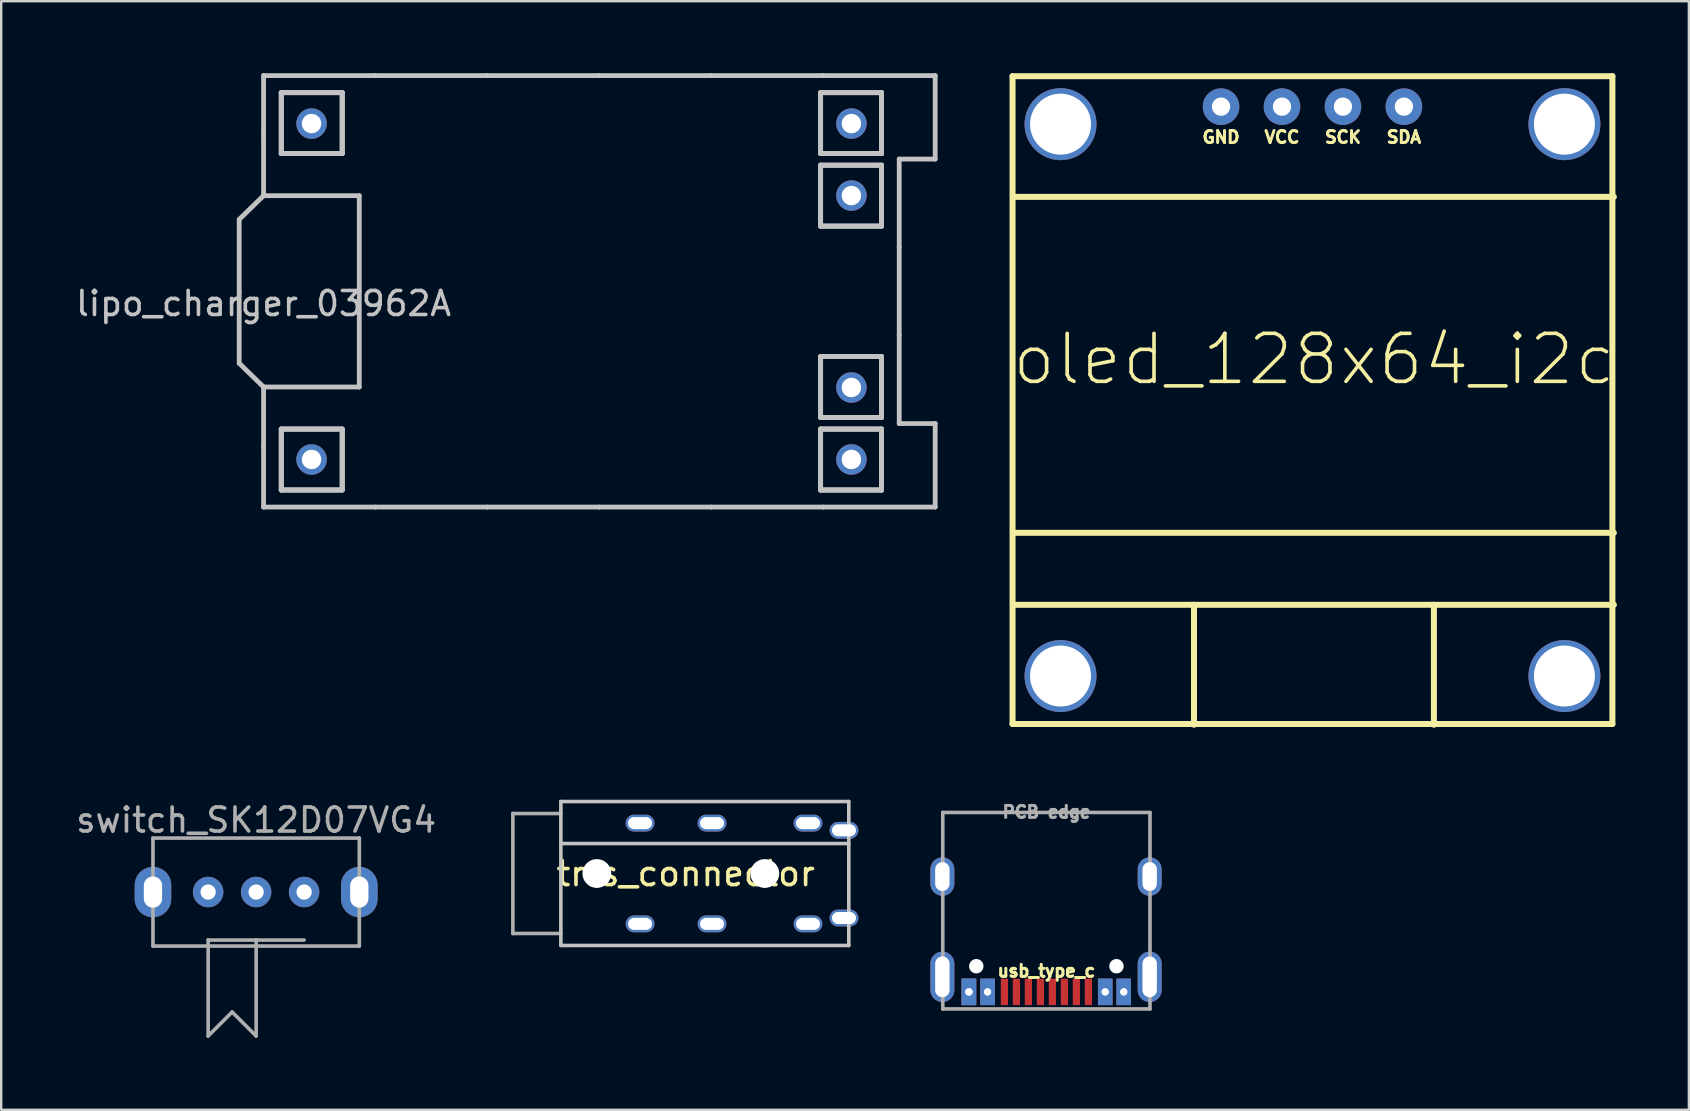
<source format=kicad_pcb>
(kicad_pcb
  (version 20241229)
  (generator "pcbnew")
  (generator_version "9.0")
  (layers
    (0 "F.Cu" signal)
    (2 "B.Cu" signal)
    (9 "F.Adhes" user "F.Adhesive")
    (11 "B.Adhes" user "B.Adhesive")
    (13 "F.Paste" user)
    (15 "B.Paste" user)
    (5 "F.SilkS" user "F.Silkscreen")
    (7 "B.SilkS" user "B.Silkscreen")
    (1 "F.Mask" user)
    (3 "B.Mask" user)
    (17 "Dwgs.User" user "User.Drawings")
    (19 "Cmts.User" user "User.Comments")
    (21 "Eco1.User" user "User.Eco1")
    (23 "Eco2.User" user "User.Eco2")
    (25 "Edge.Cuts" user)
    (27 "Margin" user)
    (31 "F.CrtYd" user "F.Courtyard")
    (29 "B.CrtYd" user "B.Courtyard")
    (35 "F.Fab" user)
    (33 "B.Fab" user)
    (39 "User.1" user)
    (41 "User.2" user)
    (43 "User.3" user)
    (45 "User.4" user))
  (footprint "switch_SK12D07VG4"
    (layer "F.Cu")
    (at 7.625 34.128)
    (property "Reference" "switch_SK12D07VG4" (at 0 -3 0) (layer "F.Fab") (effects (font (size 1 1) (thickness 0.15))))
    (attr through_hole)
    (fp_line (start -4.3 -2.25) (end -4.3 2.25) (stroke (width 0.15) (type solid)) (layer "F.Fab"))
    (fp_line (start -4.3 -2.25) (end 4.3 -2.25) (stroke (width 0.15) (type solid)) (layer "F.Fab"))
    (fp_line (start -4.3 2.25) (end 4.3 2.25) (stroke (width 0.15) (type solid)) (layer "F.Fab"))
    (fp_line (start -2 2) (end 0 2) (stroke (width 0.15) (type solid)) (layer "F.Fab"))
    (fp_line (start -2 6) (end -2 2) (stroke (width 0.15) (type solid)) (layer "F.Fab"))
    (fp_line (start -1 5) (end -2 6) (stroke (width 0.15) (type solid)) (layer "F.Fab"))
    (fp_line (start 0 2) (end 0 6) (stroke (width 0.15) (type solid)) (layer "F.Fab"))
    (fp_line (start 0 2) (end 2 2) (stroke (width 0.15) (type solid)) (layer "F.Fab"))
    (fp_line (start 0 6) (end -1 5) (stroke (width 0.15) (type solid)) (layer "F.Fab"))
    (fp_line (start 4.3 -2.25) (end 4.3 2.25) (stroke (width 0.15) (type solid)) (layer "F.Fab"))
    (pad "" thru_hole oval (at -4.3 0) (size 1.524 2.1) (drill oval 0.762 1.3) (layers "*.Cu" "*.Mask"))
    (pad "" thru_hole oval (at 4.3 0) (size 1.524 2.1) (drill oval 0.762 1.3) (layers "*.Cu" "*.Mask"))
    (pad "1" thru_hole circle (at -2 0) (size 1.27 1.27) (drill 0.635) (layers "*.Cu" "*.Mask"))
    (pad "2" thru_hole circle (at 0 0) (size 1.27 1.27) (drill 0.635) (layers "*.Cu" "*.Mask"))
    (pad "3" thru_hole circle (at 2 0) (size 1.27 1.27) (drill 0.635) (layers "*.Cu" "*.Mask")))
  (footprint "lipo_charger_03962A"
    (layer "F.Cu")
    (at 7.935 9.1)
    (property "Reference" "lipo_charger_03962A" (at 0 0.5 0) (layer "Dwgs.User") (effects (font (size 1 1) (thickness 0.15))))
    (attr through_hole)
    (fp_line (start -1.016 -3.006) (end 0 -3.996) (stroke (width 0.2) (type solid)) (layer "Dwgs.User"))
    (fp_line (start -1.016 -0.008) (end -1.016 -3.006) (stroke (width 0.2) (type solid)) (layer "Dwgs.User"))
    (fp_line (start -1.016 2.989) (end -1.016 -0.008) (stroke (width 0.2) (type solid)) (layer "Dwgs.User"))
    (fp_line (start 0 -9) (end 4.665 -9) (stroke (width 0.2) (type solid)) (layer "Dwgs.User"))
    (fp_line (start 0 -6.498) (end 0 -9) (stroke (width 0.2) (type solid)) (layer "Dwgs.User"))
    (fp_line (start 0 -3.996) (end 0 -6.498) (stroke (width 0.2) (type solid)) (layer "Dwgs.User"))
    (fp_line (start 0 -3.996) (end 3.988 -3.996) (stroke (width 0.2) (type solid)) (layer "Dwgs.User"))
    (fp_line (start 0 3.979) (end -1.016 2.989) (stroke (width 0.2) (type solid)) (layer "Dwgs.User"))
    (fp_line (start 0 6.481) (end 0 3.979) (stroke (width 0.2) (type solid)) (layer "Dwgs.User"))
    (fp_line (start 0 8.983) (end 0 6.481) (stroke (width 0.2) (type solid)) (layer "Dwgs.User"))
    (fp_line (start 0.737 -8.289) (end 3.277 -8.289) (stroke (width 0.2) (type solid)) (layer "Dwgs.User"))
    (fp_line (start 0.737 -8.289) (end 3.277 -8.289) (stroke (width 0.2) (type solid)) (layer "Dwgs.User"))
    (fp_line (start 0.737 -8.289) (end 3.277 -8.289) (stroke (width 0.2) (type solid)) (layer "Dwgs.User"))
    (fp_line (start 0.737 -5.749) (end 0.737 -8.289) (stroke (width 0.2) (type solid)) (layer "Dwgs.User"))
    (fp_line (start 0.737 -5.749) (end 0.737 -8.289) (stroke (width 0.2) (type solid)) (layer "Dwgs.User"))
    (fp_line (start 0.737 -5.749) (end 0.737 -8.289) (stroke (width 0.2) (type solid)) (layer "Dwgs.User"))
    (fp_line (start 0.737 5.732) (end 3.277 5.732) (stroke (width 0.2) (type solid)) (layer "Dwgs.User"))
    (fp_line (start 0.737 5.732) (end 3.277 5.732) (stroke (width 0.2) (type solid)) (layer "Dwgs.User"))
    (fp_line (start 0.737 5.732) (end 3.277 5.732) (stroke (width 0.2) (type solid)) (layer "Dwgs.User"))
    (fp_line (start 0.737 8.272) (end 0.737 5.732) (stroke (width 0.2) (type solid)) (layer "Dwgs.User"))
    (fp_line (start 0.737 8.272) (end 0.737 5.732) (stroke (width 0.2) (type solid)) (layer "Dwgs.User"))
    (fp_line (start 0.737 8.272) (end 0.737 5.732) (stroke (width 0.2) (type solid)) (layer "Dwgs.User"))
    (fp_line (start 3.277 -8.289) (end 3.277 -5.749) (stroke (width 0.2) (type solid)) (layer "Dwgs.User"))
    (fp_line (start 3.277 -8.289) (end 3.277 -5.749) (stroke (width 0.2) (type solid)) (layer "Dwgs.User"))
    (fp_line (start 3.277 -8.289) (end 3.277 -5.749) (stroke (width 0.2) (type solid)) (layer "Dwgs.User"))
    (fp_line (start 3.277 -5.749) (end 0.737 -5.749) (stroke (width 0.2) (type solid)) (layer "Dwgs.User"))
    (fp_line (start 3.277 -5.749) (end 0.737 -5.749) (stroke (width 0.2) (type solid)) (layer "Dwgs.User"))
    (fp_line (start 3.277 -5.749) (end 0.737 -5.749) (stroke (width 0.2) (type solid)) (layer "Dwgs.User"))
    (fp_line (start 3.277 5.732) (end 3.277 8.272) (stroke (width 0.2) (type solid)) (layer "Dwgs.User"))
    (fp_line (start 3.277 5.732) (end 3.277 8.272) (stroke (width 0.2) (type solid)) (layer "Dwgs.User"))
    (fp_line (start 3.277 5.732) (end 3.277 8.272) (stroke (width 0.2) (type solid)) (layer "Dwgs.User"))
    (fp_line (start 3.277 8.272) (end 0.737 8.272) (stroke (width 0.2) (type solid)) (layer "Dwgs.User"))
    (fp_line (start 3.277 8.272) (end 0.737 8.272) (stroke (width 0.2) (type solid)) (layer "Dwgs.User"))
    (fp_line (start 3.277 8.272) (end 0.737 8.272) (stroke (width 0.2) (type solid)) (layer "Dwgs.User"))
    (fp_line (start 3.988 -3.996) (end 3.988 -0.008) (stroke (width 0.2) (type solid)) (layer "Dwgs.User"))
    (fp_line (start 3.988 -0.008) (end 3.988 3.979) (stroke (width 0.2) (type solid)) (layer "Dwgs.User"))
    (fp_line (start 3.988 3.979) (end 0 3.979) (stroke (width 0.2) (type solid)) (layer "Dwgs.User"))
    (fp_line (start 4.665 -9) (end 9.33 -9) (stroke (width 0.2) (type solid)) (layer "Dwgs.User"))
    (fp_line (start 4.665 8.983) (end 0 8.983) (stroke (width 0.2) (type solid)) (layer "Dwgs.User"))
    (fp_line (start 9.33 -9) (end 13.995 -9) (stroke (width 0.2) (type solid)) (layer "Dwgs.User"))
    (fp_line (start 9.33 8.983) (end 4.665 8.983) (stroke (width 0.2) (type solid)) (layer "Dwgs.User"))
    (fp_line (start 13.995 -9) (end 18.661 -9) (stroke (width 0.2) (type solid)) (layer "Dwgs.User"))
    (fp_line (start 13.995 8.983) (end 9.33 8.983) (stroke (width 0.2) (type solid)) (layer "Dwgs.User"))
    (fp_line (start 18.661 -9) (end 23.326 -9) (stroke (width 0.2) (type solid)) (layer "Dwgs.User"))
    (fp_line (start 18.661 8.983) (end 13.995 8.983) (stroke (width 0.2) (type solid)) (layer "Dwgs.User"))
    (fp_line (start 23.216 -8.289) (end 25.756 -8.289) (stroke (width 0.2) (type solid)) (layer "Dwgs.User"))
    (fp_line (start 23.216 -8.289) (end 25.756 -8.289) (stroke (width 0.2) (type solid)) (layer "Dwgs.User"))
    (fp_line (start 23.216 -8.289) (end 25.756 -8.289) (stroke (width 0.2) (type solid)) (layer "Dwgs.User"))
    (fp_line (start 23.216 -5.749) (end 23.216 -8.289) (stroke (width 0.2) (type solid)) (layer "Dwgs.User"))
    (fp_line (start 23.216 -5.749) (end 23.216 -8.289) (stroke (width 0.2) (type solid)) (layer "Dwgs.User"))
    (fp_line (start 23.216 -5.749) (end 23.216 -8.289) (stroke (width 0.2) (type solid)) (layer "Dwgs.User"))
    (fp_line (start 23.216 -5.266) (end 25.756 -5.266) (stroke (width 0.2) (type solid)) (layer "Dwgs.User"))
    (fp_line (start 23.216 -5.266) (end 25.756 -5.266) (stroke (width 0.2) (type solid)) (layer "Dwgs.User"))
    (fp_line (start 23.216 -5.266) (end 25.756 -5.266) (stroke (width 0.2) (type solid)) (layer "Dwgs.User"))
    (fp_line (start 23.216 -2.726) (end 23.216 -5.266) (stroke (width 0.2) (type solid)) (layer "Dwgs.User"))
    (fp_line (start 23.216 -2.726) (end 23.216 -5.266) (stroke (width 0.2) (type solid)) (layer "Dwgs.User"))
    (fp_line (start 23.216 -2.726) (end 23.216 -5.266) (stroke (width 0.2) (type solid)) (layer "Dwgs.User"))
    (fp_line (start 23.216 2.709) (end 25.756 2.709) (stroke (width 0.2) (type solid)) (layer "Dwgs.User"))
    (fp_line (start 23.216 2.709) (end 25.756 2.709) (stroke (width 0.2) (type solid)) (layer "Dwgs.User"))
    (fp_line (start 23.216 2.709) (end 25.756 2.709) (stroke (width 0.2) (type solid)) (layer "Dwgs.User"))
    (fp_line (start 23.216 5.249) (end 23.216 2.709) (stroke (width 0.2) (type solid)) (layer "Dwgs.User"))
    (fp_line (start 23.216 5.249) (end 23.216 2.709) (stroke (width 0.2) (type solid)) (layer "Dwgs.User"))
    (fp_line (start 23.216 5.249) (end 23.216 2.709) (stroke (width 0.2) (type solid)) (layer "Dwgs.User"))
    (fp_line (start 23.216 5.732) (end 25.756 5.732) (stroke (width 0.2) (type solid)) (layer "Dwgs.User"))
    (fp_line (start 23.216 5.732) (end 25.756 5.732) (stroke (width 0.2) (type solid)) (layer "Dwgs.User"))
    (fp_line (start 23.216 5.732) (end 25.756 5.732) (stroke (width 0.2) (type solid)) (layer "Dwgs.User"))
    (fp_line (start 23.216 8.272) (end 23.216 5.732) (stroke (width 0.2) (type solid)) (layer "Dwgs.User"))
    (fp_line (start 23.216 8.272) (end 23.216 5.732) (stroke (width 0.2) (type solid)) (layer "Dwgs.User"))
    (fp_line (start 23.216 8.272) (end 23.216 5.732) (stroke (width 0.2) (type solid)) (layer "Dwgs.User"))
    (fp_line (start 23.326 -9) (end 27.991 -9) (stroke (width 0.2) (type solid)) (layer "Dwgs.User"))
    (fp_line (start 23.326 8.983) (end 18.661 8.983) (stroke (width 0.2) (type solid)) (layer "Dwgs.User"))
    (fp_line (start 25.756 -8.289) (end 25.756 -5.749) (stroke (width 0.2) (type solid)) (layer "Dwgs.User"))
    (fp_line (start 25.756 -8.289) (end 25.756 -5.749) (stroke (width 0.2) (type solid)) (layer "Dwgs.User"))
    (fp_line (start 25.756 -8.289) (end 25.756 -5.749) (stroke (width 0.2) (type solid)) (layer "Dwgs.User"))
    (fp_line (start 25.756 -5.749) (end 23.216 -5.749) (stroke (width 0.2) (type solid)) (layer "Dwgs.User"))
    (fp_line (start 25.756 -5.749) (end 23.216 -5.749) (stroke (width 0.2) (type solid)) (layer "Dwgs.User"))
    (fp_line (start 25.756 -5.749) (end 23.216 -5.749) (stroke (width 0.2) (type solid)) (layer "Dwgs.User"))
    (fp_line (start 25.756 -5.266) (end 25.756 -2.726) (stroke (width 0.2) (type solid)) (layer "Dwgs.User"))
    (fp_line (start 25.756 -5.266) (end 25.756 -2.726) (stroke (width 0.2) (type solid)) (layer "Dwgs.User"))
    (fp_line (start 25.756 -5.266) (end 25.756 -2.726) (stroke (width 0.2) (type solid)) (layer "Dwgs.User"))
    (fp_line (start 25.756 -2.726) (end 23.216 -2.726) (stroke (width 0.2) (type solid)) (layer "Dwgs.User"))
    (fp_line (start 25.756 -2.726) (end 23.216 -2.726) (stroke (width 0.2) (type solid)) (layer "Dwgs.User"))
    (fp_line (start 25.756 -2.726) (end 23.216 -2.726) (stroke (width 0.2) (type solid)) (layer "Dwgs.User"))
    (fp_line (start 25.756 2.709) (end 25.756 5.249) (stroke (width 0.2) (type solid)) (layer "Dwgs.User"))
    (fp_line (start 25.756 2.709) (end 25.756 5.249) (stroke (width 0.2) (type solid)) (layer "Dwgs.User"))
    (fp_line (start 25.756 2.709) (end 25.756 5.249) (stroke (width 0.2) (type solid)) (layer "Dwgs.User"))
    (fp_line (start 25.756 5.249) (end 23.216 5.249) (stroke (width 0.2) (type solid)) (layer "Dwgs.User"))
    (fp_line (start 25.756 5.249) (end 23.216 5.249) (stroke (width 0.2) (type solid)) (layer "Dwgs.User"))
    (fp_line (start 25.756 5.249) (end 23.216 5.249) (stroke (width 0.2) (type solid)) (layer "Dwgs.User"))
    (fp_line (start 25.756 5.732) (end 25.756 8.272) (stroke (width 0.2) (type solid)) (layer "Dwgs.User"))
    (fp_line (start 25.756 5.732) (end 25.756 8.272) (stroke (width 0.2) (type solid)) (layer "Dwgs.User"))
    (fp_line (start 25.756 5.732) (end 25.756 8.272) (stroke (width 0.2) (type solid)) (layer "Dwgs.User"))
    (fp_line (start 25.756 8.272) (end 23.216 8.272) (stroke (width 0.2) (type solid)) (layer "Dwgs.User"))
    (fp_line (start 25.756 8.272) (end 23.216 8.272) (stroke (width 0.2) (type solid)) (layer "Dwgs.User"))
    (fp_line (start 25.756 8.272) (end 23.216 8.272) (stroke (width 0.2) (type solid)) (layer "Dwgs.User"))
    (fp_line (start 26.492 -5.52) (end 26.492 -1.846) (stroke (width 0.2) (type solid)) (layer "Dwgs.User"))
    (fp_line (start 26.492 -1.846) (end 26.492 1.829) (stroke (width 0.2) (type solid)) (layer "Dwgs.User"))
    (fp_line (start 26.492 1.829) (end 26.492 5.503) (stroke (width 0.2) (type solid)) (layer "Dwgs.User"))
    (fp_line (start 26.492 5.503) (end 27.991 5.503) (stroke (width 0.2) (type solid)) (layer "Dwgs.User"))
    (fp_line (start 27.991 -9) (end 27.991 -5.52) (stroke (width 0.2) (type solid)) (layer "Dwgs.User"))
    (fp_line (start 27.991 -5.52) (end 26.492 -5.52) (stroke (width 0.2) (type solid)) (layer "Dwgs.User"))
    (fp_line (start 27.991 5.503) (end 27.991 8.983) (stroke (width 0.2) (type solid)) (layer "Dwgs.User"))
    (fp_line (start 27.991 8.983) (end 23.326 8.983) (stroke (width 0.2) (type solid)) (layer "Dwgs.User"))
    (pad "1" thru_hole circle (at 2 -7) (size 1.27 1.27) (drill 0.81) (layers "*.Cu" "*.Mask"))
    (pad "2" thru_hole circle (at 2 7) (size 1.27 1.27) (drill 0.81) (layers "*.Cu" "*.Mask"))
    (pad "3" thru_hole circle (at 24.5 -7) (size 1.27 1.27) (drill 0.81) (layers "*.Cu" "*.Mask"))
    (pad "4" thru_hole circle (at 24.5 -4) (size 1.27 1.27) (drill 0.81) (layers "*.Cu" "*.Mask"))
    (pad "5" thru_hole circle (at 24.5 4) (size 1.27 1.27) (drill 0.81) (layers "*.Cu" "*.Mask"))
    (pad "6" thru_hole circle (at 24.5 7) (size 1.27 1.27) (drill 0.81) (layers "*.Cu" "*.Mask")))
  (footprint "trrs_connector"
    (layer "F.Cu")
    (at 20.326 33.355)
    (property "Reference" "trrs_connector" (at 5.2 0.005 180) (layer "F.SilkS") (effects (font (size 1 1) (thickness 0.15))))
    (attr through_hole)
    (fp_line (start -0.001 -3) (end 11.999 -3) (stroke (width 0.15) (type solid)) (layer "Dwgs.User"))
    (fp_line (start -0.001 -1.25) (end 11.999 -1.25) (stroke (width 0.15) (type solid)) (layer "Dwgs.User"))
    (fp_line (start -0.001 3) (end -0.001 -3) (stroke (width 0.15) (type solid)) (layer "Dwgs.User"))
    (fp_line (start 11.999 -3) (end 11.999 3) (stroke (width 0.15) (type solid)) (layer "Dwgs.User"))
    (fp_line (start 11.999 3) (end -0.001 3) (stroke (width 0.15) (type solid)) (layer "Dwgs.User"))
    (fp_line (start -2.001 -2.5) (end -2.001 2.5) (stroke (width 0.15) (type solid)) (layer "F.Fab"))
    (fp_line (start -2.001 2.5) (end -0.001 2.5) (stroke (width 0.15) (type solid)) (layer "F.Fab"))
    (fp_line (start -0.001 -2.5) (end -2.001 -2.5) (stroke (width 0.15) (type solid)) (layer "F.Fab"))
    (pad "" np_thru_hole circle (at 1.499 -0.000217 90) (size 1.2 1.2) (drill 1.2) (layers "*.Cu" "*.Mask"))
    (pad "" np_thru_hole circle (at 8.499 -0.000217 90) (size 1.2 1.2) (drill 1.2) (layers "*.Cu" "*.Mask"))
    (pad "A" thru_hole oval (at 11.799 -1.8 90) (size 0.7 1.2) (drill oval 0.5 1) (layers "*.Cu" "*.Mask"))
    (pad "A" thru_hole oval (at 11.799 1.855 90) (size 0.7 1.2) (drill oval 0.5 1) (layers "*.Cu" "*.Mask"))
    (pad "B" thru_hole oval (at 3.299 -2.1 90) (size 0.7 1.2) (drill oval 0.5 1) (layers "*.Cu" "*.Mask"))
    (pad "B" thru_hole oval (at 3.299 2.1 90) (size 0.7 1.2) (drill oval 0.5 1) (layers "*.Cu" "*.Mask"))
    (pad "C" thru_hole oval (at 6.299 -2.1 90) (size 0.7 1.2) (drill oval 0.5 1) (layers "*.Cu" "*.Mask"))
    (pad "C" thru_hole oval (at 6.299 2.1 90) (size 0.7 1.2) (drill oval 0.5 1) (layers "*.Cu" "*.Mask"))
    (pad "D" thru_hole oval (at 10.299 -2.1 90) (size 0.7 1.2) (drill oval 0.5 1) (layers "*.Cu" "*.Mask"))
    (pad "D" thru_hole oval (at 10.299 2.1 90) (size 0.7 1.2) (drill oval 0.5 1) (layers "*.Cu" "*.Mask")))
  (footprint "usb_type_c"
    (layer "F.Cu")
    (at 40.56 30.812)
    (property "Reference" "usb_type_c" (at 0 6.604 180) (layer "F.SilkS") (effects (font (size 0.5 0.5) (thickness 0.125))))
    (attr through_hole)
    (fp_line (start -4.318 0) (end -4.318 8.188) (stroke (width 0.15) (type solid)) (layer "F.Fab"))
    (fp_line (start 4.318 0) (end -4.318 0) (stroke (width 0.15) (type solid)) (layer "F.Fab"))
    (fp_line (start 4.318 0) (end 4.318 8.188) (stroke (width 0.15) (type solid)) (layer "F.Fab"))
    (fp_line (start 4.318 8.188) (end -4.318 8.188) (stroke (width 0.15) (type solid)) (layer "F.Fab"))
    (fp_text user "PCB edge" (at 0.007 -0.02 180) (layer "F.Fab") (effects (font (size 0.5 0.5) (thickness 0.125))))
    (pad "" thru_hole oval (at -4.335 2.67 180) (size 1 1.6) (drill oval 0.6 1.2) (layers "*.Cu" "*.Mask"))
    (pad "" np_thru_hole circle (at -2.921 6.407 180) (size 0.6 0.6) (drill oval 0.6) (layers "*.Cu" "*.Mask"))
    (pad "" np_thru_hole circle (at 2.921 6.407 180) (size 0.6 0.6) (drill oval 0.6) (layers "*.Cu" "*.Mask"))
    (pad "" thru_hole oval (at 4.305 2.67 180) (size 1 1.6) (drill oval 0.6 1.2) (layers "*.Cu" "*.Mask"))
    (pad "" thru_hole oval (at 4.305 6.85 180) (size 1 2.1) (drill oval 0.6 1.7) (layers "*.Cu" "*.Mask"))
    (pad "A1" thru_hole rect (at 3.225 7.478 180) (size 0.6 1.1) (drill 0.3) (layers "*.Cu" "*.Mask"))
    (pad "A4" thru_hole rect (at 2.45 7.478 180) (size 0.6 1.1) (drill 0.3) (layers "*.Cu" "*.Mask"))
    (pad "A5" smd rect (at 1.75 7.478 180) (size 0.3 1.1) (layers "F.Cu" "F.Mask" "F.Paste"))
    (pad "A6" smd rect (at 0.75 7.478 180) (size 0.3 1.1) (layers "F.Cu" "F.Mask" "F.Paste"))
    (pad "A7" smd rect (at -0.75 7.478 180) (size 0.3 1.1) (layers "F.Cu" "F.Mask" "F.Paste"))
    (pad "A8" smd rect (at -1.75 7.478 180) (size 0.3 1.1) (layers "F.Cu" "F.Mask" "F.Paste"))
    (pad "A9" thru_hole rect (at -2.45 7.478 180) (size 0.6 1.1) (drill 0.3) (layers "*.Cu" "*.Mask"))
    (pad "A12" thru_hole rect (at -3.225 7.478 180) (size 0.6 1.1) (drill 0.3) (layers "*.Cu" "*.Mask"))
    (pad "B1" thru_hole rect (at -3.234 7.478 180) (size 0.6 1.1) (drill 0.3) (layers "*.Cu" "*.Mask"))
    (pad "B1" thru_hole rect (at -3.225 7.478 180) (size 0.6 1.1) (drill 0.3) (layers "*.Cu" "*.Mask"))
    (pad "B4" thru_hole rect (at -2.45 7.478 180) (size 0.6 1.1) (drill 0.3) (layers "*.Cu" "*.Mask"))
    (pad "B5" smd rect (at -1.25 7.478 180) (size 0.3 1.1) (layers "F.Cu" "F.Mask" "F.Paste"))
    (pad "B6" smd rect (at -0.25 7.478 180) (size 0.3 1.1) (layers "F.Cu" "F.Mask" "F.Paste"))
    (pad "B7" smd rect (at 0.25 7.478 180) (size 0.3 1.1) (layers "F.Cu" "F.Mask" "F.Paste"))
    (pad "B8" smd rect (at 1.25 7.478 180) (size 0.3 1.1) (layers "F.Cu" "F.Mask" "F.Paste"))
    (pad "B9" thru_hole rect (at 2.45 7.478 180) (size 0.6 1.1) (drill 0.3) (layers "*.Cu" "*.Mask"))
    (pad "B12" thru_hole rect (at 3.225 7.478 180) (size 0.6 1.1) (drill 0.3) (layers "*.Cu" "*.Mask"))
    (pad "S1" thru_hole oval (at -4.335 6.85 180) (size 1 2.1) (drill oval 0.6 1.7) (layers "*.Cu" "*.Mask")))
  (footprint "oled_128x64_i2c"
    (layer "F.Cu")
    (at 51.65 1.395)
    (property "Reference" "oled_128x64_i2c" (at 0.062 10.53 180) (layer "F.SilkS") (effects (font (size 2 2) (thickness 0.15))))
    (attr through_hole)
    (fp_line (start -12.5 -1.27) (end 12.5 -1.27) (stroke (width 0.25) (type solid)) (layer "F.SilkS"))
    (fp_line (start -12.5 25.73) (end -12.5 -1.27) (stroke (width 0.25) (type solid)) (layer "F.SilkS"))
    (fp_line (start -12.438 3.76) (end 12.562 3.76) (stroke (width 0.25) (type solid)) (layer "F.SilkS"))
    (fp_line (start -12.438 17.76) (end 12.562 17.76) (stroke (width 0.25) (type solid)) (layer "F.SilkS"))
    (fp_line (start -12.438 20.76) (end 12.562 20.76) (stroke (width 0.25) (type solid)) (layer "F.SilkS"))
    (fp_line (start -4.938 20.76) (end -4.938 25.76) (stroke (width 0.25) (type solid)) (layer "F.SilkS"))
    (fp_line (start 5.062 20.76) (end 5.062 25.76) (stroke (width 0.25) (type solid)) (layer "F.SilkS"))
    (fp_line (start 12.5 -1.27) (end 12.5 25.73) (stroke (width 0.25) (type solid)) (layer "F.SilkS"))
    (fp_line (start 12.5 25.73) (end -12.5 25.73) (stroke (width 0.25) (type solid)) (layer "F.SilkS"))
    (fp_text user "SCK" (at 1.27 1.27 0) (layer "F.SilkS") (effects (font (size 0.5 0.5) (thickness 0.125))))
    (fp_text user "SDA" (at 3.81 1.27 0) (layer "F.SilkS") (effects (font (size 0.5 0.5) (thickness 0.125))))
    (fp_text user "VCC" (at -1.27 1.27 0) (layer "F.SilkS") (effects (font (size 0.5 0.5) (thickness 0.125))))
    (fp_text user "GND" (at -3.81 1.27 0) (layer "F.SilkS") (effects (font (size 0.5 0.5) (thickness 0.125))))
    (pad "" np_thru_hole circle (at -10.5 0.73) (size 3 3) (drill 2.54) (layers "*.Cu" "*.Mask"))
    (pad "" np_thru_hole circle (at -10.5 23.73) (size 3 3) (drill 2.54) (layers "*.Cu" "*.Mask"))
    (pad "" np_thru_hole circle (at 10.5 0.73) (size 3 3) (drill 2.54) (layers "*.Cu" "*.Mask"))
    (pad "" np_thru_hole circle (at 10.5 23.73) (size 3 3) (drill 2.54) (layers "*.Cu" "*.Mask"))
    (pad "1" thru_hole circle (at -3.81 0) (size 1.524 1.524) (drill 0.762) (layers "*.Cu" "*.Mask"))
    (pad "2" thru_hole circle (at -1.27 0) (size 1.524 1.524) (drill 0.762) (layers "*.Cu" "*.Mask"))
    (pad "3" thru_hole circle (at 1.27 0) (size 1.524 1.524) (drill 0.762) (layers "*.Cu" "*.Mask"))
    (pad "4" thru_hole circle (at 3.81 0) (size 1.524 1.524) (drill 0.762) (layers "*.Cu" "*.Mask")))
  (gr_rect
    (start -3 -3)
    (end 67.337 43.203)
    (stroke (width 0.1) (type default))
    (fill no)
    (layer "Edge.Cuts")))
</source>
